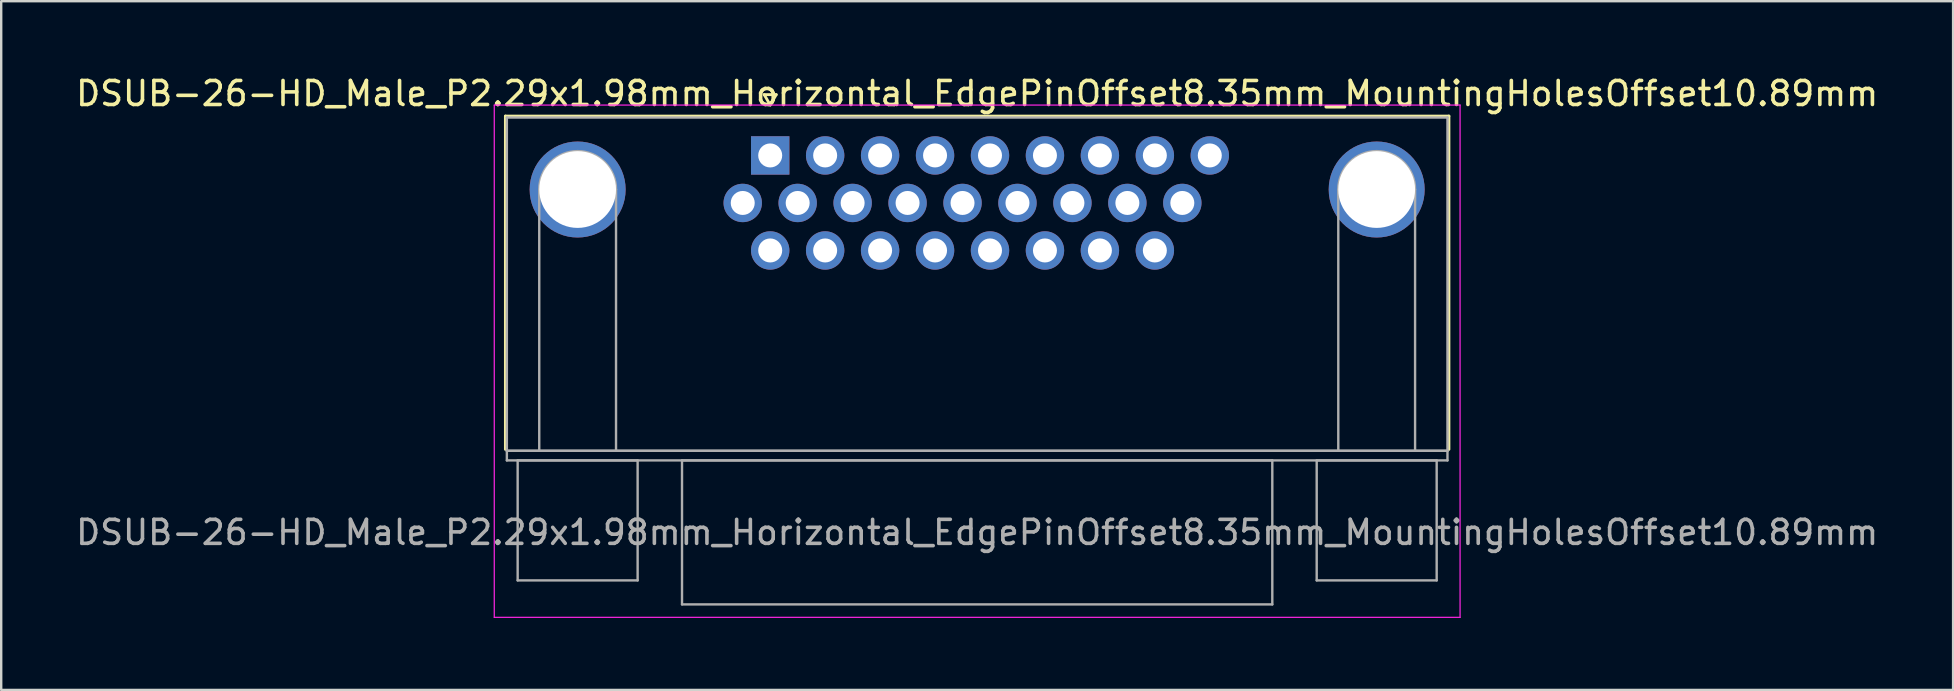
<source format=kicad_pcb>
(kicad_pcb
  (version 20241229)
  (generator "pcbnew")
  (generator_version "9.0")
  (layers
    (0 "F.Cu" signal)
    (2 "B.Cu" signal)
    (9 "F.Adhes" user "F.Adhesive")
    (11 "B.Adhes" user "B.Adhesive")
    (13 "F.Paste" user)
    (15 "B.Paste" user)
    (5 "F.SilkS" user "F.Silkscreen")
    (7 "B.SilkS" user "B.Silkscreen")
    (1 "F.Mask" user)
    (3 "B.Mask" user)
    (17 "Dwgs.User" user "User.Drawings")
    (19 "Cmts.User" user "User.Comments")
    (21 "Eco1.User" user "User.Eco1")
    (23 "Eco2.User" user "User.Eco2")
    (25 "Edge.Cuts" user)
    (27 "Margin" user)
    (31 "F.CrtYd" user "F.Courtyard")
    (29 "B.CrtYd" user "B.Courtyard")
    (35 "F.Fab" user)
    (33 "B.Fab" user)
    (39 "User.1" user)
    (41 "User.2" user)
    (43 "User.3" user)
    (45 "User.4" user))
  (footprint "DSUB-26-HD_Male_P2.29x1.98mm_Horizontal_EdgePinOffset8.35mm_MountingHolesOffset10.89mm"
    (layer "F.Cu")
    (at 29.048 3.428)
    (property "Reference" "DSUB-26-HD_Male_P2.29x1.98mm_Horizontal_EdgePinOffset8.35mm_MountingHolesOffset10.89mm" (at 8.625 -2.58 0) (layer "F.SilkS") (effects (font (size 1 1) (thickness 0.15))))
    (attr through_hole)
    (fp_line (start -11.035 -1.64) (end 28.285 -1.64) (stroke (width 0.12) (type solid)) (layer "F.SilkS"))
    (fp_line (start -11.035 12.25) (end -11.035 -1.64) (stroke (width 0.12) (type solid)) (layer "F.SilkS"))
    (fp_line (start -0.25 -2.534) (end 0.25 -2.534) (stroke (width 0.12) (type solid)) (layer "F.SilkS"))
    (fp_line (start 0 -2.101) (end -0.25 -2.534) (stroke (width 0.12) (type solid)) (layer "F.SilkS"))
    (fp_line (start 0.25 -2.534) (end 0 -2.101) (stroke (width 0.12) (type solid)) (layer "F.SilkS"))
    (fp_line (start 28.285 -1.64) (end 28.285 12.25) (stroke (width 0.12) (type solid)) (layer "F.SilkS"))
    (fp_line (start -11.5 -2.1) (end -11.5 19.25) (stroke (width 0.05) (type solid)) (layer "F.CrtYd"))
    (fp_line (start -11.5 19.25) (end 28.75 19.25) (stroke (width 0.05) (type solid)) (layer "F.CrtYd"))
    (fp_line (start 28.75 -2.1) (end -11.5 -2.1) (stroke (width 0.05) (type solid)) (layer "F.CrtYd"))
    (fp_line (start 28.75 19.25) (end 28.75 -2.1) (stroke (width 0.05) (type solid)) (layer "F.CrtYd"))
    (fp_line (start -10.975 -1.58) (end -10.975 12.31) (stroke (width 0.1) (type solid)) (layer "F.Fab"))
    (fp_line (start -10.975 12.31) (end -10.975 12.71) (stroke (width 0.1) (type solid)) (layer "F.Fab"))
    (fp_line (start -10.975 12.31) (end 28.225 12.31) (stroke (width 0.1) (type solid)) (layer "F.Fab"))
    (fp_line (start -10.975 12.71) (end 28.225 12.71) (stroke (width 0.1) (type solid)) (layer "F.Fab"))
    (fp_line (start -10.525 12.71) (end -10.525 17.71) (stroke (width 0.1) (type solid)) (layer "F.Fab"))
    (fp_line (start -10.525 17.71) (end -5.525 17.71) (stroke (width 0.1) (type solid)) (layer "F.Fab"))
    (fp_line (start -9.625 12.31) (end -9.625 1.42) (stroke (width 0.1) (type solid)) (layer "F.Fab"))
    (fp_line (start -6.425 12.31) (end -6.425 1.42) (stroke (width 0.1) (type solid)) (layer "F.Fab"))
    (fp_line (start -5.525 12.71) (end -10.525 12.71) (stroke (width 0.1) (type solid)) (layer "F.Fab"))
    (fp_line (start -5.525 17.71) (end -5.525 12.71) (stroke (width 0.1) (type solid)) (layer "F.Fab"))
    (fp_line (start -3.675 12.71) (end -3.675 18.71) (stroke (width 0.1) (type solid)) (layer "F.Fab"))
    (fp_line (start -3.675 18.71) (end 20.925 18.71) (stroke (width 0.1) (type solid)) (layer "F.Fab"))
    (fp_line (start 20.925 12.71) (end -3.675 12.71) (stroke (width 0.1) (type solid)) (layer "F.Fab"))
    (fp_line (start 20.925 18.71) (end 20.925 12.71) (stroke (width 0.1) (type solid)) (layer "F.Fab"))
    (fp_line (start 22.775 12.71) (end 22.775 17.71) (stroke (width 0.1) (type solid)) (layer "F.Fab"))
    (fp_line (start 22.775 17.71) (end 27.775 17.71) (stroke (width 0.1) (type solid)) (layer "F.Fab"))
    (fp_line (start 23.675 12.31) (end 23.675 1.42) (stroke (width 0.1) (type solid)) (layer "F.Fab"))
    (fp_line (start 26.875 12.31) (end 26.875 1.42) (stroke (width 0.1) (type solid)) (layer "F.Fab"))
    (fp_line (start 27.775 12.71) (end 22.775 12.71) (stroke (width 0.1) (type solid)) (layer "F.Fab"))
    (fp_line (start 27.775 17.71) (end 27.775 12.71) (stroke (width 0.1) (type solid)) (layer "F.Fab"))
    (fp_line (start 28.225 -1.58) (end -10.975 -1.58) (stroke (width 0.1) (type solid)) (layer "F.Fab"))
    (fp_line (start 28.225 12.31) (end -10.975 12.31) (stroke (width 0.1) (type solid)) (layer "F.Fab"))
    (fp_line (start 28.225 12.31) (end 28.225 -1.58) (stroke (width 0.1) (type solid)) (layer "F.Fab"))
    (fp_line (start 28.225 12.71) (end 28.225 12.31) (stroke (width 0.1) (type solid)) (layer "F.Fab"))
    (fp_arc (start -9.625 1.42) (mid -8.025 -0.18) (end -6.425 1.42) (stroke (width 0.1) (type solid)) (layer "F.Fab"))
    (fp_arc (start 23.675 1.42) (mid 25.275 -0.18) (end 26.875 1.42) (stroke (width 0.1) (type solid)) (layer "F.Fab"))
    (fp_text user "${REFERENCE}" (at 8.625 15.71 0) (layer "F.Fab") (effects (font (size 1 1) (thickness 0.15))))
    (pad "0" thru_hole circle (at -8.025 1.42) (size 4 4) (drill 3.2) (layers "*.Cu" "*.Mask"))
    (pad "0" thru_hole circle (at 25.275 1.42) (size 4 4) (drill 3.2) (layers "*.Cu" "*.Mask"))
    (pad "1" thru_hole rect (at 0 0) (size 1.6 1.6) (drill 1) (layers "*.Cu" "*.Mask"))
    (pad "2" thru_hole circle (at 2.29 0) (size 1.6 1.6) (drill 1) (layers "*.Cu" "*.Mask"))
    (pad "3" thru_hole circle (at 4.58 0) (size 1.6 1.6) (drill 1) (layers "*.Cu" "*.Mask"))
    (pad "4" thru_hole circle (at 6.87 0) (size 1.6 1.6) (drill 1) (layers "*.Cu" "*.Mask"))
    (pad "5" thru_hole circle (at 9.16 0) (size 1.6 1.6) (drill 1) (layers "*.Cu" "*.Mask"))
    (pad "6" thru_hole circle (at 11.45 0) (size 1.6 1.6) (drill 1) (layers "*.Cu" "*.Mask"))
    (pad "7" thru_hole circle (at 13.74 0) (size 1.6 1.6) (drill 1) (layers "*.Cu" "*.Mask"))
    (pad "8" thru_hole circle (at 16.03 0) (size 1.6 1.6) (drill 1) (layers "*.Cu" "*.Mask"))
    (pad "9" thru_hole circle (at 18.32 0) (size 1.6 1.6) (drill 1) (layers "*.Cu" "*.Mask"))
    (pad "10" thru_hole circle (at -1.145 1.98) (size 1.6 1.6) (drill 1) (layers "*.Cu" "*.Mask"))
    (pad "11" thru_hole circle (at 1.145 1.98) (size 1.6 1.6) (drill 1) (layers "*.Cu" "*.Mask"))
    (pad "12" thru_hole circle (at 3.435 1.98) (size 1.6 1.6) (drill 1) (layers "*.Cu" "*.Mask"))
    (pad "13" thru_hole circle (at 5.725 1.98) (size 1.6 1.6) (drill 1) (layers "*.Cu" "*.Mask"))
    (pad "14" thru_hole circle (at 8.015 1.98) (size 1.6 1.6) (drill 1) (layers "*.Cu" "*.Mask"))
    (pad "15" thru_hole circle (at 10.305 1.98) (size 1.6 1.6) (drill 1) (layers "*.Cu" "*.Mask"))
    (pad "16" thru_hole circle (at 12.595 1.98) (size 1.6 1.6) (drill 1) (layers "*.Cu" "*.Mask"))
    (pad "17" thru_hole circle (at 14.885 1.98) (size 1.6 1.6) (drill 1) (layers "*.Cu" "*.Mask"))
    (pad "18" thru_hole circle (at 17.175 1.98) (size 1.6 1.6) (drill 1) (layers "*.Cu" "*.Mask"))
    (pad "19" thru_hole circle (at 0 3.96) (size 1.6 1.6) (drill 1) (layers "*.Cu" "*.Mask"))
    (pad "20" thru_hole circle (at 2.29 3.96) (size 1.6 1.6) (drill 1) (layers "*.Cu" "*.Mask"))
    (pad "21" thru_hole circle (at 4.58 3.96) (size 1.6 1.6) (drill 1) (layers "*.Cu" "*.Mask"))
    (pad "22" thru_hole circle (at 6.87 3.96) (size 1.6 1.6) (drill 1) (layers "*.Cu" "*.Mask"))
    (pad "23" thru_hole circle (at 9.16 3.96) (size 1.6 1.6) (drill 1) (layers "*.Cu" "*.Mask"))
    (pad "24" thru_hole circle (at 11.45 3.96) (size 1.6 1.6) (drill 1) (layers "*.Cu" "*.Mask"))
    (pad "25" thru_hole circle (at 13.74 3.96) (size 1.6 1.6) (drill 1) (layers "*.Cu" "*.Mask"))
    (pad "26" thru_hole circle (at 16.03 3.96) (size 1.6 1.6) (drill 1) (layers "*.Cu" "*.Mask")))
  (gr_rect
    (start -3 -3)
    (end 78.345 25.703)
    (stroke (width 0.1) (type default))
    (fill no)
    (layer "Edge.Cuts")))
</source>
